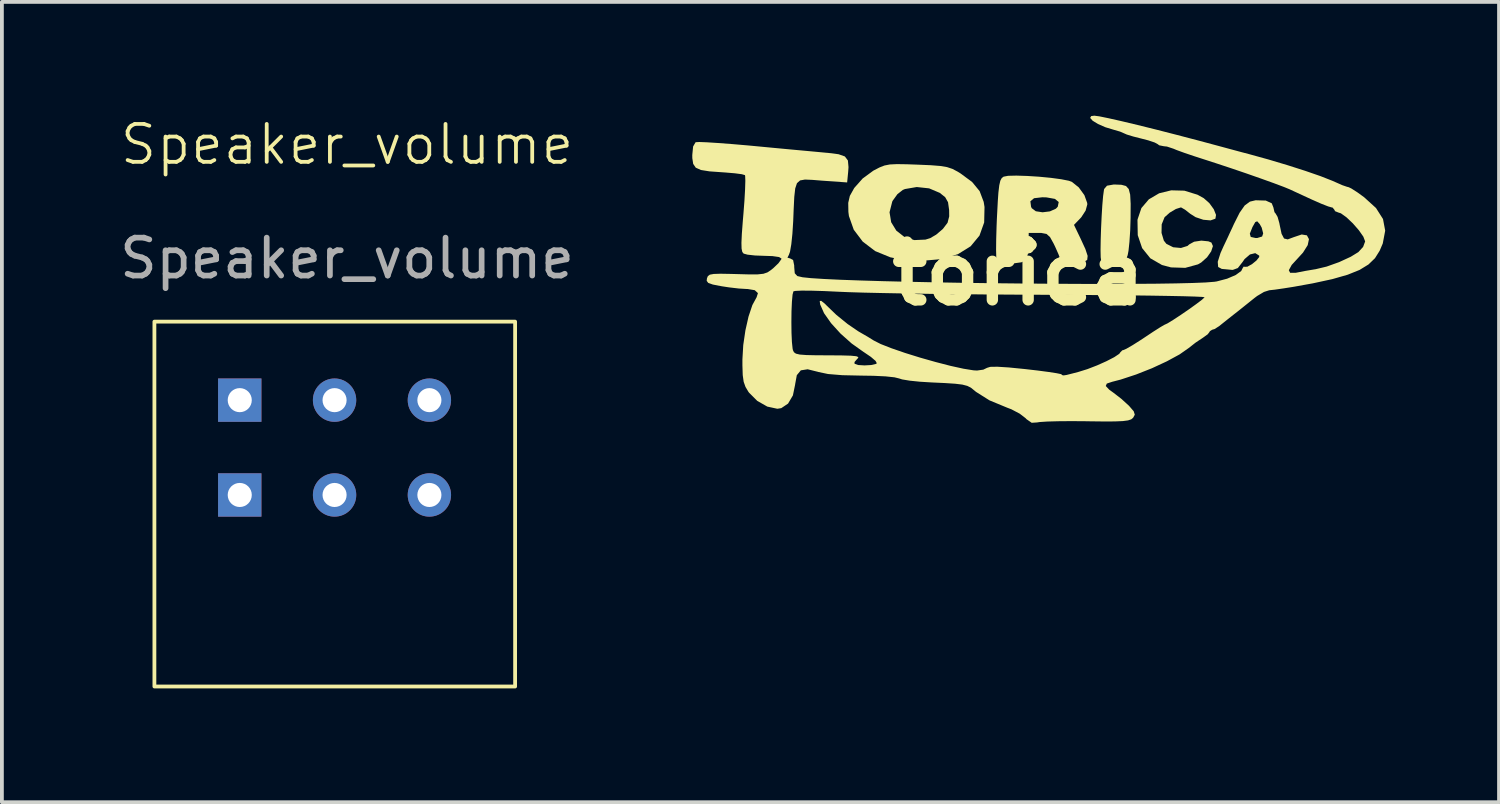
<source format=kicad_pcb>
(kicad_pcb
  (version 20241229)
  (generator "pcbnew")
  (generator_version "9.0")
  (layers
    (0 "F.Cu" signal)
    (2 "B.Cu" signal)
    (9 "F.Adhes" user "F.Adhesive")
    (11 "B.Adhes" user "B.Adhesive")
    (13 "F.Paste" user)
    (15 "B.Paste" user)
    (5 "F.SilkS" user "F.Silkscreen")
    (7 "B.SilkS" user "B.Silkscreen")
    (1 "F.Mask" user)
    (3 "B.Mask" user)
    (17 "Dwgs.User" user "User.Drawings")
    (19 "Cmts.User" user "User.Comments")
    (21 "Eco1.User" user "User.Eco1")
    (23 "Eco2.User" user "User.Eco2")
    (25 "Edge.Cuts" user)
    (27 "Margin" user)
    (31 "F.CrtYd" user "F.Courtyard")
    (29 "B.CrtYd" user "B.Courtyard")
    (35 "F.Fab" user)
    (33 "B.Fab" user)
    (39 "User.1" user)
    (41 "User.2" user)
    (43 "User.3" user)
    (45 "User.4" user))
  (footprint "Speaker_volume"
    (layer "F.Cu")
    (at 5.871 10.15)
    (property "Reference" "Speaker_volume" (at 0.23 -9.39 0) (unlocked yes) (layer "F.SilkS") (effects (font (size 1 1) (thickness 0.1))))
    (attr through_hole)
    (fp_rect (start -4.85 -4.72) (end 4.66 4.9) (stroke (width 0.1) (type default)) (fill no) (layer "F.SilkS"))
    (fp_text user "${REFERENCE}" (at 0.23 -6.39 0) (unlocked yes) (layer "F.Fab") (effects (font (size 1 1) (thickness 0.15))))
    (pad "1" thru_hole rect (at -2.6 -2.65) (size 1.143 1.143) (drill 0.635) (layers "*.Cu" "*.Mask"))
    (pad "2" thru_hole circle (at -0.1 -2.65) (size 1.143 1.143) (drill 0.635) (layers "*.Cu" "*.Mask"))
    (pad "3" thru_hole circle (at 2.4 -2.65) (size 1.143 1.143) (drill 0.635) (layers "*.Cu" "*.Mask"))
    (pad "4" thru_hole rect (at -2.6 -0.15) (size 1.143 1.143) (drill 0.635) (layers "*.Cu" "*.Mask"))
    (pad "5" thru_hole circle (at -0.1 -0.15) (size 1.143 1.143) (drill 0.635) (layers "*.Cu" "*.Mask"))
    (pad "6" thru_hole circle (at 2.4 -0.15) (size 1.143 1.143) (drill 0.635) (layers "*.Cu" "*.Mask")))
  (footprint "torica"
    (layer "F.Cu")
    (at 23.803 4.166)
    (property "Reference" "torica" (at 0 0 0) (layer "F.SilkS") (effects (font (size 1.524 1.524) (thickness 0.3))))
    (attr board_only exclude_from_pos_files exclude_from_bom)
    (fp_poly (pts (xy 2.715 -2.344) (xy 2.833 -2.312) (xy 2.906 -2.233) (xy 2.944 -2.085) (xy 2.957 -1.846) (xy 2.955 -1.497) (xy 2.955 -1.471) (xy 2.945 -1.14) (xy 2.925 -0.838) (xy 2.9 -0.602) (xy 2.878 -0.487) (xy 2.825 -0.35) (xy 2.744 -0.287) (xy 2.592 -0.269) (xy 2.519 -0.269) (xy 2.329 -0.285) (xy 2.201 -0.324) (xy 2.179 -0.344) (xy 2.167 -0.434) (xy 2.163 -0.627) (xy 2.167 -0.892) (xy 2.177 -1.198) (xy 2.192 -1.513) (xy 2.21 -1.808) (xy 2.231 -2.05) (xy 2.253 -2.209) (xy 2.259 -2.234) (xy 2.333 -2.32) (xy 2.502 -2.35) (xy 2.541 -2.351)) (stroke (width 0) (type solid)) (fill yes) (layer "F.SilkS"))
    (fp_poly (pts (xy 4.372 -2.189) (xy 4.717 -2.083) (xy 4.884 -1.991) (xy 5.032 -1.86) (xy 5.148 -1.7) (xy 5.208 -1.55) (xy 5.191 -1.45) (xy 5.063 -1.405) (xy 4.873 -1.422) (xy 4.67 -1.49) (xy 4.529 -1.579) (xy 4.39 -1.688) (xy 4.291 -1.745) (xy 4.279 -1.747) (xy 4.15 -1.706) (xy 3.988 -1.61) (xy 3.859 -1.496) (xy 3.849 -1.484) (xy 3.775 -1.3) (xy 3.771 -1.075) (xy 3.832 -0.872) (xy 3.898 -0.788) (xy 4.078 -0.697) (xy 4.283 -0.678) (xy 4.456 -0.732) (xy 4.502 -0.773) (xy 4.63 -0.843) (xy 4.821 -0.872) (xy 5.008 -0.853) (xy 5.086 -0.821) (xy 5.126 -0.728) (xy 5.08 -0.588) (xy 4.971 -0.432) (xy 4.818 -0.296) (xy 4.732 -0.246) (xy 4.396 -0.154) (xy 4.021 -0.166) (xy 3.783 -0.229) (xy 3.476 -0.406) (xy 3.26 -0.674) (xy 3.144 -1.015) (xy 3.137 -1.413) (xy 3.14 -1.434) (xy 3.24 -1.73) (xy 3.437 -1.961) (xy 3.708 -2.12) (xy 4.028 -2.198)) (stroke (width 0) (type solid)) (fill yes) (layer "F.SilkS"))
    (fp_poly (pts (xy -2.942 -2.885) (xy -2.663 -2.875) (xy -2.311 -2.86) (xy -2.062 -2.84) (xy -1.883 -2.81) (xy -1.742 -2.763) (xy -1.607 -2.692) (xy -1.535 -2.648) (xy -1.224 -2.419) (xy -1.025 -2.177) (xy -0.918 -1.894) (xy -0.896 -1.759) (xy -0.905 -1.351) (xy -1.029 -1.004) (xy -1.262 -0.723) (xy -1.596 -0.515) (xy -2.024 -0.385) (xy -2.539 -0.34) (xy -2.573 -0.341) (xy -2.873 -0.356) (xy -3.172 -0.391) (xy -3.379 -0.432) (xy -3.779 -0.596) (xy -4.107 -0.846) (xy -4.344 -1.16) (xy -4.471 -1.52) (xy -4.484 -1.62) (xy -3.4 -1.62) (xy -3.357 -1.357) (xy -3.221 -1.135) (xy -3.011 -0.971) (xy -2.748 -0.886) (xy -2.452 -0.899) (xy -2.329 -0.937) (xy -2.171 -1.029) (xy -2.004 -1.171) (xy -1.987 -1.189) (xy -1.87 -1.344) (xy -1.827 -1.512) (xy -1.829 -1.678) (xy -1.858 -1.884) (xy -1.934 -2.018) (xy -2.076 -2.131) (xy -2.357 -2.25) (xy -2.683 -2.285) (xy -2.993 -2.232) (xy -3.051 -2.208) (xy -3.193 -2.096) (xy -3.317 -1.924) (xy -3.328 -1.903) (xy -3.4 -1.62) (xy -4.484 -1.62) (xy -4.485 -1.627) (xy -4.489 -1.868) (xy -4.447 -2.051) (xy -4.338 -2.247) (xy -4.327 -2.264) (xy -4.109 -2.51) (xy -3.828 -2.716) (xy -3.809 -2.726) (xy -3.663 -2.802) (xy -3.535 -2.852) (xy -3.393 -2.88) (xy -3.206 -2.889)) (stroke (width 0) (type solid)) (fill yes) (layer "F.SilkS"))
    (fp_poly (pts (xy 0.229 -2.577) (xy 0.543 -2.557) (xy 0.854 -2.527) (xy 1.127 -2.49) (xy 1.329 -2.45) (xy 1.405 -2.422) (xy 1.589 -2.275) (xy 1.737 -2.071) (xy 1.811 -1.866) (xy 1.814 -1.826) (xy 1.769 -1.663) (xy 1.657 -1.491) (xy 1.639 -1.47) (xy 1.463 -1.287) (xy 1.635 -0.929) (xy 1.763 -0.651) (xy 1.823 -0.469) (xy 1.811 -0.363) (xy 1.722 -0.309) (xy 1.551 -0.286) (xy 1.494 -0.282) (xy 1.28 -0.278) (xy 1.164 -0.302) (xy 1.11 -0.365) (xy 1.104 -0.383) (xy 1.053 -0.515) (xy 0.968 -0.707) (xy 0.928 -0.79) (xy 0.831 -0.965) (xy 0.739 -1.048) (xy 0.603 -1.074) (xy 0.528 -1.075) (xy 0.269 -1.075) (xy 0.269 -0.753) (xy 0.253 -0.545) (xy 0.213 -0.389) (xy 0.188 -0.349) (xy 0.075 -0.3) (xy -0.109 -0.275) (xy -0.313 -0.273) (xy -0.486 -0.295) (xy -0.574 -0.341) (xy -0.586 -0.43) (xy -0.591 -0.628) (xy -0.588 -0.91) (xy -0.578 -1.252) (xy -0.57 -1.451) (xy -0.549 -1.851) (xy -0.546 -1.909) (xy 0.313 -1.909) (xy 0.331 -1.767) (xy 0.349 -1.727) (xy 0.457 -1.646) (xy 0.635 -1.619) (xy 0.828 -1.643) (xy 0.986 -1.714) (xy 1.035 -1.766) (xy 1.06 -1.89) (xy 0.96 -1.972) (xy 0.737 -2.012) (xy 0.627 -2.015) (xy 0.41 -1.99) (xy 0.313 -1.909) (xy -0.546 -1.909) (xy -0.53 -2.138) (xy -0.507 -2.331) (xy -0.479 -2.452) (xy -0.442 -2.521) (xy -0.394 -2.558) (xy -0.274 -2.581) (xy -0.055 -2.586)) (stroke (width 0) (type solid)) (fill yes) (layer "F.SilkS"))
    (fp_poly (pts (xy 2.129 -4.149) (xy 2.373 -4.099) (xy 2.715 -4.022) (xy 3.139 -3.921) (xy 3.631 -3.799) (xy 4.173 -3.66) (xy 4.75 -3.509) (xy 5.342 -3.35) (xy 5.623 -3.274) (xy 5.894 -3.201) (xy 6.081 -3.152) (xy 6.594 -3.01) (xy 7.096 -2.86) (xy 7.562 -2.711) (xy 7.963 -2.572) (xy 8.271 -2.451) (xy 8.362 -2.411) (xy 8.539 -2.333) (xy 8.667 -2.289) (xy 8.692 -2.285) (xy 8.775 -2.247) (xy 8.93 -2.148) (xy 9.11 -2.018) (xy 9.425 -1.732) (xy 9.61 -1.442) (xy 9.668 -1.134) (xy 9.604 -0.797) (xy 9.522 -0.605) (xy 9.399 -0.409) (xy 9.227 -0.243) (xy 8.992 -0.099) (xy 8.679 0.027) (xy 8.274 0.143) (xy 7.761 0.254) (xy 7.257 0.345) (xy 6.992 0.387) (xy 6.764 0.42) (xy 6.618 0.436) (xy 6.61 0.437) (xy 6.472 0.481) (xy 6.293 0.587) (xy 6.221 0.641) (xy 6.013 0.808) (xy 5.779 0.995) (xy 5.692 1.063) (xy 5.507 1.209) (xy 5.349 1.335) (xy 5.291 1.382) (xy 5.17 1.459) (xy 5.106 1.478) (xy 5.041 1.519) (xy 5.04 1.531) (xy 4.988 1.598) (xy 4.862 1.689) (xy 4.855 1.693) (xy 4.668 1.818) (xy 4.487 1.96) (xy 4.247 2.128) (xy 3.912 2.31) (xy 3.518 2.493) (xy 3.1 2.658) (xy 2.693 2.792) (xy 2.469 2.85) (xy 2.328 2.897) (xy 2.301 2.961) (xy 2.391 3.057) (xy 2.508 3.142) (xy 2.711 3.299) (xy 2.907 3.477) (xy 2.921 3.492) (xy 3.038 3.628) (xy 3.066 3.718) (xy 3.021 3.8) (xy 2.972 3.84) (xy 2.888 3.868) (xy 2.75 3.886) (xy 2.538 3.895) (xy 2.233 3.896) (xy 1.815 3.891) (xy 1.784 3.89) (xy 1.395 3.887) (xy 1.044 3.89) (xy 0.757 3.898) (xy 0.56 3.911) (xy 0.488 3.922) (xy 0.348 3.931) (xy 0.212 3.837) (xy 0.186 3.809) (xy 0.031 3.69) (xy -0.188 3.575) (xy -0.298 3.533) (xy -0.766 3.339) (xy -1.121 3.115) (xy -1.173 3.072) (xy -1.256 3.005) (xy -1.35 2.958) (xy -1.48 2.924) (xy -1.67 2.901) (xy -1.946 2.883) (xy -2.291 2.867) (xy -2.601 2.848) (xy -2.872 2.82) (xy -3.069 2.787) (xy -3.144 2.763) (xy -3.27 2.732) (xy -3.505 2.707) (xy -3.823 2.692) (xy -4.145 2.687) (xy -4.647 2.676) (xy -5.021 2.645) (xy -5.275 2.592) (xy -5.289 2.587) (xy -5.559 2.52) (xy -5.739 2.548) (xy -5.845 2.676) (xy -5.889 2.915) (xy -5.889 2.922) (xy -5.948 3.209) (xy -6.076 3.425) (xy -6.255 3.545) (xy -6.359 3.561) (xy -6.623 3.504) (xy -6.888 3.353) (xy -7.104 3.137) (xy -7.121 3.114) (xy -7.198 2.985) (xy -7.246 2.85) (xy -7.271 2.673) (xy -7.279 2.417) (xy -7.279 2.257) (xy -7.257 1.881) (xy -7.2 1.493) (xy -7.151 1.277) (xy -5.988 1.277) (xy -5.985 1.558) (xy -5.974 1.802) (xy -5.956 1.974) (xy -5.947 2.016) (xy -5.92 2.071) (xy -5.868 2.108) (xy -5.766 2.132) (xy -5.593 2.145) (xy -5.326 2.151) (xy -5.018 2.152) (xy -4.659 2.155) (xy -4.418 2.162) (xy -4.277 2.176) (xy -4.222 2.199) (xy -4.235 2.231) (xy -4.249 2.243) (xy -4.324 2.329) (xy -4.322 2.375) (xy -4.225 2.408) (xy -4.059 2.418) (xy -3.885 2.408) (xy -3.759 2.379) (xy -3.735 2.361) (xy -3.769 2.299) (xy -3.893 2.193) (xy -4.08 2.066) (xy -4.084 2.064) (xy -4.399 1.84) (xy -4.692 1.579) (xy -4.941 1.305) (xy -5.127 1.041) (xy -5.229 0.811) (xy -5.241 0.721) (xy -5.202 0.715) (xy -5.105 0.792) (xy -5.056 0.842) (xy -4.802 1.086) (xy -4.505 1.327) (xy -4.224 1.519) (xy -4.169 1.551) (xy -3.975 1.663) (xy -3.817 1.761) (xy -3.632 1.855) (xy -3.346 1.967) (xy -2.989 2.09) (xy -2.59 2.214) (xy -2.18 2.33) (xy -1.789 2.431) (xy -1.447 2.506) (xy -1.185 2.548) (xy -1.093 2.553) (xy -0.928 2.53) (xy -0.829 2.482) (xy -0.744 2.456) (xy -0.556 2.453) (xy -0.255 2.472) (xy 0.167 2.514) (xy 0.505 2.553) (xy 0.793 2.591) (xy 1.006 2.624) (xy 1.118 2.647) (xy 1.129 2.652) (xy 1.154 2.675) (xy 1.19 2.682) (xy 1.271 2.669) (xy 1.429 2.629) (xy 1.582 2.589) (xy 1.817 2.516) (xy 2.073 2.417) (xy 2.319 2.307) (xy 2.524 2.201) (xy 2.656 2.113) (xy 2.688 2.069) (xy 2.74 2.018) (xy 2.758 2.016) (xy 2.842 1.98) (xy 3.007 1.885) (xy 3.223 1.748) (xy 3.326 1.68) (xy 3.55 1.531) (xy 3.73 1.416) (xy 3.838 1.352) (xy 3.856 1.344) (xy 3.932 1.308) (xy 4.082 1.216) (xy 4.278 1.087) (xy 4.488 0.943) (xy 4.682 0.804) (xy 4.831 0.692) (xy 4.903 0.626) (xy 4.905 0.621) (xy 4.84 0.612) (xy 4.651 0.603) (xy 4.351 0.594) (xy 3.951 0.586) (xy 3.461 0.578) (xy 2.893 0.571) (xy 2.259 0.565) (xy 1.57 0.56) (xy 0.836 0.557) (xy 0.653 0.556) (xy -0.131 0.552) (xy -0.905 0.547) (xy -1.654 0.539) (xy -2.363 0.531) (xy -3.015 0.521) (xy -3.596 0.51) (xy -4.088 0.499) (xy -4.477 0.487) (xy -4.739 0.476) (xy -5.119 0.458) (xy -5.451 0.448) (xy -5.713 0.446) (xy -5.882 0.454) (xy -5.934 0.465) (xy -5.957 0.552) (xy -5.974 0.74) (xy -5.985 0.992) (xy -5.988 1.277) (xy -7.151 1.277) (xy -7.118 1.13) (xy -7.017 0.828) (xy -6.907 0.625) (xy -6.906 0.625) (xy -6.87 0.512) (xy -6.954 0.435) (xy -7.146 0.403) (xy -7.172 0.403) (xy -7.373 0.391) (xy -7.637 0.36) (xy -7.832 0.33) (xy -8.059 0.286) (xy -8.18 0.243) (xy -8.221 0.188) (xy -8.214 0.123) (xy -8.19 0.064) (xy -8.139 0.026) (xy -8.037 0.007) (xy -7.859 0.001) (xy -7.582 0.006) (xy -7.429 0.01) (xy -7.1 0.019) (xy -6.876 0.018) (xy -6.726 0.002) (xy -6.62 -0.034) (xy -6.528 -0.095) (xy -6.464 -0.147) (xy -6.33 -0.275) (xy -6.255 -0.378) (xy -6.249 -0.399) (xy -6.313 -0.439) (xy -6.488 -0.464) (xy -6.703 -0.471) (xy -6.947 -0.48) (xy -7.145 -0.502) (xy -7.247 -0.53) (xy -7.282 -0.573) (xy -7.301 -0.661) (xy -7.305 -0.814) (xy -7.294 -1.052) (xy -7.268 -1.396) (xy -7.253 -1.571) (xy -7.226 -1.921) (xy -7.209 -2.222) (xy -7.202 -2.45) (xy -7.207 -2.579) (xy -7.213 -2.599) (xy -7.296 -2.623) (xy -7.479 -2.647) (xy -7.727 -2.668) (xy -7.811 -2.674) (xy -8.148 -2.698) (xy -8.373 -2.734) (xy -8.509 -2.795) (xy -8.577 -2.895) (xy -8.6 -3.045) (xy -8.601 -3.129) (xy -8.579 -3.354) (xy -8.516 -3.463) (xy -8.508 -3.467) (xy -8.416 -3.472) (xy -8.211 -3.464) (xy -7.914 -3.445) (xy -7.545 -3.417) (xy -7.126 -3.381) (xy -6.945 -3.364) (xy -6.482 -3.32) (xy -6.035 -3.278) (xy -5.631 -3.241) (xy -5.297 -3.21) (xy -5.063 -3.188) (xy -5.022 -3.185) (xy -4.745 -3.15) (xy -4.578 -3.091) (xy -4.498 -2.985) (xy -4.482 -2.81) (xy -4.491 -2.683) (xy -4.518 -2.406) (xy -5.179 -2.453) (xy -5.441 -2.474) (xy -5.63 -2.482) (xy -5.759 -2.459) (xy -5.841 -2.386) (xy -5.887 -2.247) (xy -5.912 -2.022) (xy -5.928 -1.695) (xy -5.94 -1.387) (xy -5.961 -1.056) (xy -5.99 -0.777) (xy -6.024 -0.58) (xy -6.054 -0.497) (xy -6.092 -0.422) (xy -6.022 -0.403) (xy -5.943 -0.361) (xy -5.914 -0.219) (xy -5.913 -0.171) (xy -5.899 -0.011) (xy -5.832 0.062) (xy -5.695 0.094) (xy -5.473 0.117) (xy -5.136 0.139) (xy -4.696 0.16) (xy -4.168 0.179) (xy -3.565 0.197) (xy -2.9 0.213) (xy -2.187 0.228) (xy -1.44 0.241) (xy -0.672 0.251) (xy 0.103 0.259) (xy 0.871 0.265) (xy 1.62 0.269) (xy 2.336 0.27) (xy 3.004 0.268) (xy 3.612 0.264) (xy 4.145 0.256) (xy 4.591 0.245) (xy 4.936 0.231) (xy 5.165 0.213) (xy 5.226 0.204) (xy 5.5 0.132) (xy 5.726 0.035) (xy 5.872 -0.071) (xy 5.913 -0.153) (xy 5.942 -0.191) (xy 5.956 -0.181) (xy 6.034 -0.184) (xy 6.155 -0.251) (xy 6.274 -0.348) (xy 6.346 -0.439) (xy 6.347 -0.476) (xy 6.242 -0.542) (xy 6.102 -0.507) (xy 5.96 -0.385) (xy 5.91 -0.312) (xy 5.783 -0.149) (xy 5.65 -0.1) (xy 5.626 -0.101) (xy 5.448 -0.118) (xy 5.359 -0.126) (xy 5.264 -0.177) (xy 5.253 -0.314) (xy 5.326 -0.544) (xy 5.4 -0.71) (xy 5.519 -0.961) (xy 5.562 -1.055) (xy 6.099 -1.055) (xy 6.123 -0.969) (xy 6.25 -0.941) (xy 6.294 -0.941) (xy 6.423 -0.98) (xy 6.451 -1.062) (xy 6.412 -1.214) (xy 6.36 -1.308) (xy 6.294 -1.381) (xy 6.243 -1.361) (xy 6.171 -1.234) (xy 6.166 -1.224) (xy 6.099 -1.055) (xy 5.562 -1.055) (xy 5.637 -1.215) (xy 5.68 -1.31) (xy 5.83 -1.608) (xy 5.963 -1.798) (xy 6.101 -1.9) (xy 6.252 -1.936) (xy 6.52 -1.928) (xy 6.677 -1.856) (xy 6.72 -1.747) (xy 6.749 -1.622) (xy 6.781 -1.583) (xy 6.831 -1.497) (xy 6.877 -1.334) (xy 6.885 -1.292) (xy 6.936 -1.052) (xy 7.001 -0.928) (xy 7.098 -0.904) (xy 7.248 -0.96) (xy 7.253 -0.962) (xy 7.467 -1.034) (xy 7.604 -1.011) (xy 7.658 -0.911) (xy 7.625 -0.753) (xy 7.501 -0.556) (xy 7.392 -0.437) (xy 7.203 -0.231) (xy 7.127 -0.092) (xy 7.162 -0.023) (xy 7.311 -0.024) (xy 7.341 -0.03) (xy 7.561 -0.073) (xy 7.804 -0.114) (xy 7.827 -0.117) (xy 8.122 -0.187) (xy 8.453 -0.305) (xy 8.761 -0.447) (xy 8.961 -0.57) (xy 9.086 -0.707) (xy 9.139 -0.85) (xy 9.139 -0.852) (xy 9.092 -0.976) (xy 8.973 -1.146) (xy 8.814 -1.328) (xy 8.645 -1.488) (xy 8.5 -1.592) (xy 8.433 -1.613) (xy 8.344 -1.649) (xy 8.332 -1.68) (xy 8.28 -1.744) (xy 8.258 -1.747) (xy 8.164 -1.774) (xy 7.985 -1.844) (xy 7.76 -1.943) (xy 7.737 -1.953) (xy 7.497 -2.064) (xy 7.289 -2.16) (xy 7.159 -2.22) (xy 7.156 -2.222) (xy 6.992 -2.289) (xy 6.728 -2.388) (xy 6.391 -2.509) (xy 6.009 -2.643) (xy 5.609 -2.779) (xy 5.22 -2.908) (xy 4.939 -2.999) (xy 4.633 -3.098) (xy 4.367 -3.188) (xy 4.172 -3.259) (xy 4.083 -3.296) (xy 3.914 -3.352) (xy 3.835 -3.36) (xy 3.71 -3.385) (xy 3.669 -3.416) (xy 3.59 -3.459) (xy 3.419 -3.516) (xy 3.245 -3.561) (xy 3.025 -3.617) (xy 2.855 -3.669) (xy 2.789 -3.698) (xy 2.679 -3.746) (xy 2.52 -3.792) (xy 2.289 -3.862) (xy 2.095 -3.947) (xy 1.955 -4.033) (xy 1.889 -4.107) (xy 1.916 -4.155) (xy 1.999 -4.166)) (stroke (width 0) (type solid)) (fill yes) (layer "F.SilkS")))
  (gr_rect
    (start -3 -3)
    (end 36.472 18.101)
    (stroke (width 0.1) (type default))
    (fill no)
    (layer "Edge.Cuts")))
</source>
